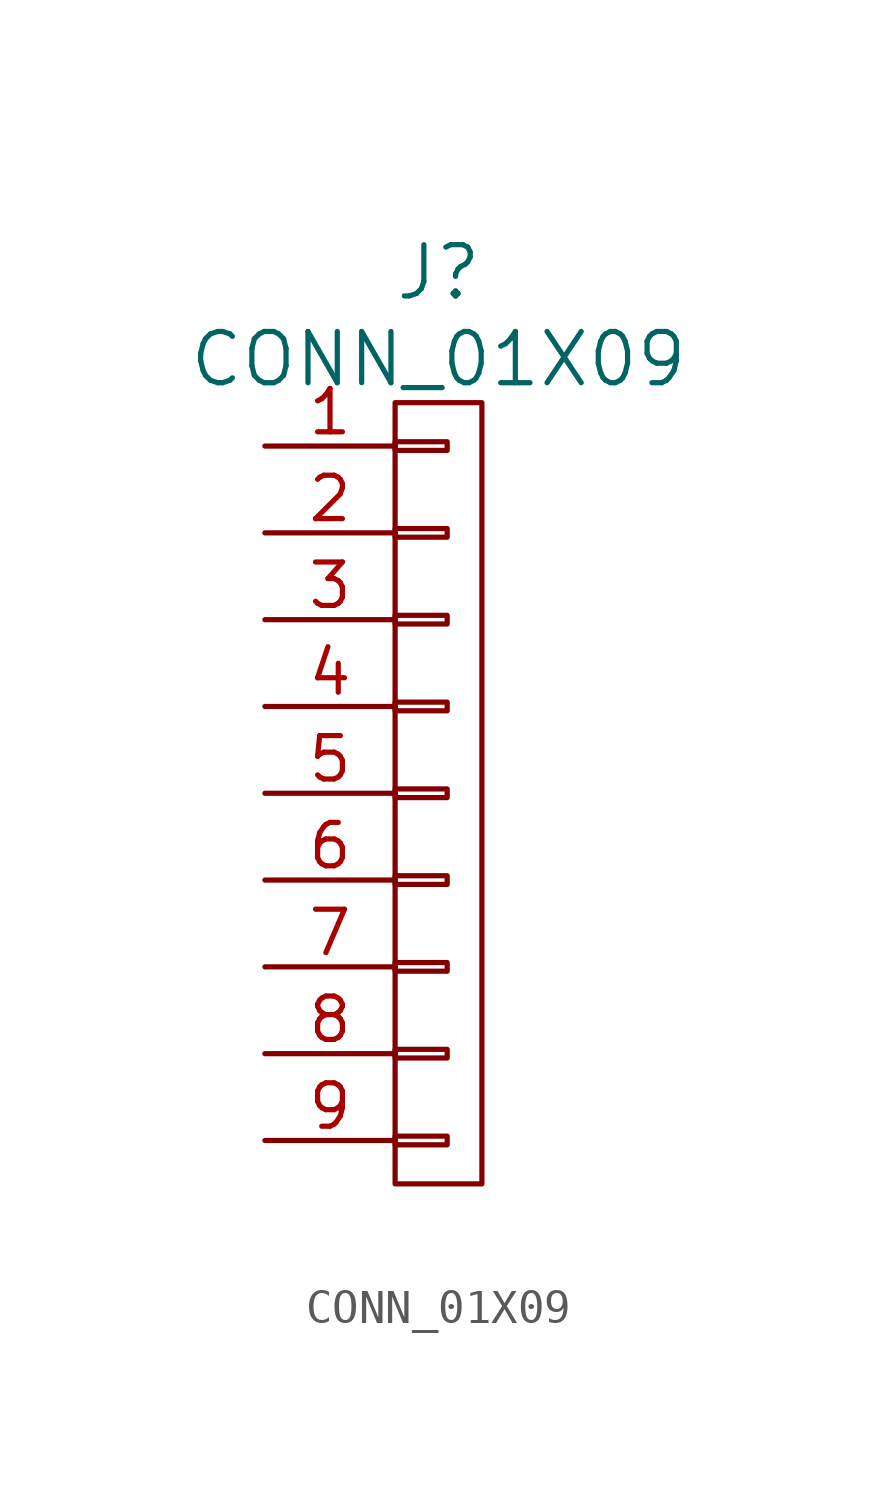
<source format=kicad_sym>
(kicad_symbol_lib
  (version 20211014)
  (generator kicad_symbol_editor)
  (symbol "CONN_01X09"
    (pin_names
      (offset 1.016))
    (property "Reference" "J"
      (at 0 15.24 0)
      (effects (font (size 1.499 1.499))))
    (property "Value" "CONN_01X09"
      (at 0 12.7 0)
      (effects (font (size 1.499 1.499))))
    (symbol "CONN_01X09_1_1"
      (rectangle (start -1.27 -11.43) (end 1.27 11.43) (stroke (width 0) (type default) (color 0 0 0 0)) (fill (type none)))
      (rectangle (start -1.27 -10.033) (end 0.254 -10.287) (stroke (width 0) (type default) (color 0 0 0 0)) (fill (type none)))
      (rectangle (start -1.27 -7.493) (end 0.254 -7.747) (stroke (width 0) (type default) (color 0 0 0 0)) (fill (type none)))
      (rectangle (start -1.27 -4.953) (end 0.254 -5.207) (stroke (width 0) (type default) (color 0 0 0 0)) (fill (type none)))
      (rectangle (start -1.27 -2.413) (end 0.254 -2.667) (stroke (width 0) (type default) (color 0 0 0 0)) (fill (type none)))
      (rectangle (start -1.27 0.127) (end 0.254 -0.127) (stroke (width 0) (type default) (color 0 0 0 0)) (fill (type none)))
      (rectangle (start -1.27 2.667) (end 0.254 2.413) (stroke (width 0) (type default) (color 0 0 0 0)) (fill (type none)))
      (rectangle (start -1.27 5.207) (end 0.254 4.953) (stroke (width 0) (type default) (color 0 0 0 0)) (fill (type none)))
      (rectangle (start -1.27 7.747) (end 0.254 7.493) (stroke (width 0) (type default) (color 0 0 0 0)) (fill (type none)))
      (rectangle (start -1.27 10.287) (end 0.254 10.033) (stroke (width 0) (type default) (color 0 0 0 0)) (fill (type none)))
      (pin passive line (at -5.08 10.16 0) (length 3.81) (name "~" (effects (font (size 1.27 1.27)))) (number "1" (effects (font (size 1.27 1.27)))))
      (pin passive line (at -5.08 7.62 0) (length 3.81) (name "~" (effects (font (size 1.27 1.27)))) (number "2" (effects (font (size 1.27 1.27)))))
      (pin passive line (at -5.08 5.08 0) (length 3.81) (name "~" (effects (font (size 1.27 1.27)))) (number "3" (effects (font (size 1.27 1.27)))))
      (pin passive line (at -5.08 2.54 0) (length 3.81) (name "~" (effects (font (size 1.27 1.27)))) (number "4" (effects (font (size 1.27 1.27)))))
      (pin passive line (at -5.08 0 0) (length 3.81) (name "~" (effects (font (size 1.27 1.27)))) (number "5" (effects (font (size 1.27 1.27)))))
      (pin passive line (at -5.08 -2.54 0) (length 3.81) (name "~" (effects (font (size 1.27 1.27)))) (number "6" (effects (font (size 1.27 1.27)))))
      (pin passive line (at -5.08 -5.08 0) (length 3.81) (name "~" (effects (font (size 1.27 1.27)))) (number "7" (effects (font (size 1.27 1.27)))))
      (pin passive line (at -5.08 -7.62 0) (length 3.81) (name "~" (effects (font (size 1.27 1.27)))) (number "8" (effects (font (size 1.27 1.27)))))
      (pin passive line (at -5.08 -10.16 0) (length 3.81) (name "~" (effects (font (size 1.27 1.27)))) (number "9" (effects (font (size 1.27 1.27))))))))
</source>
